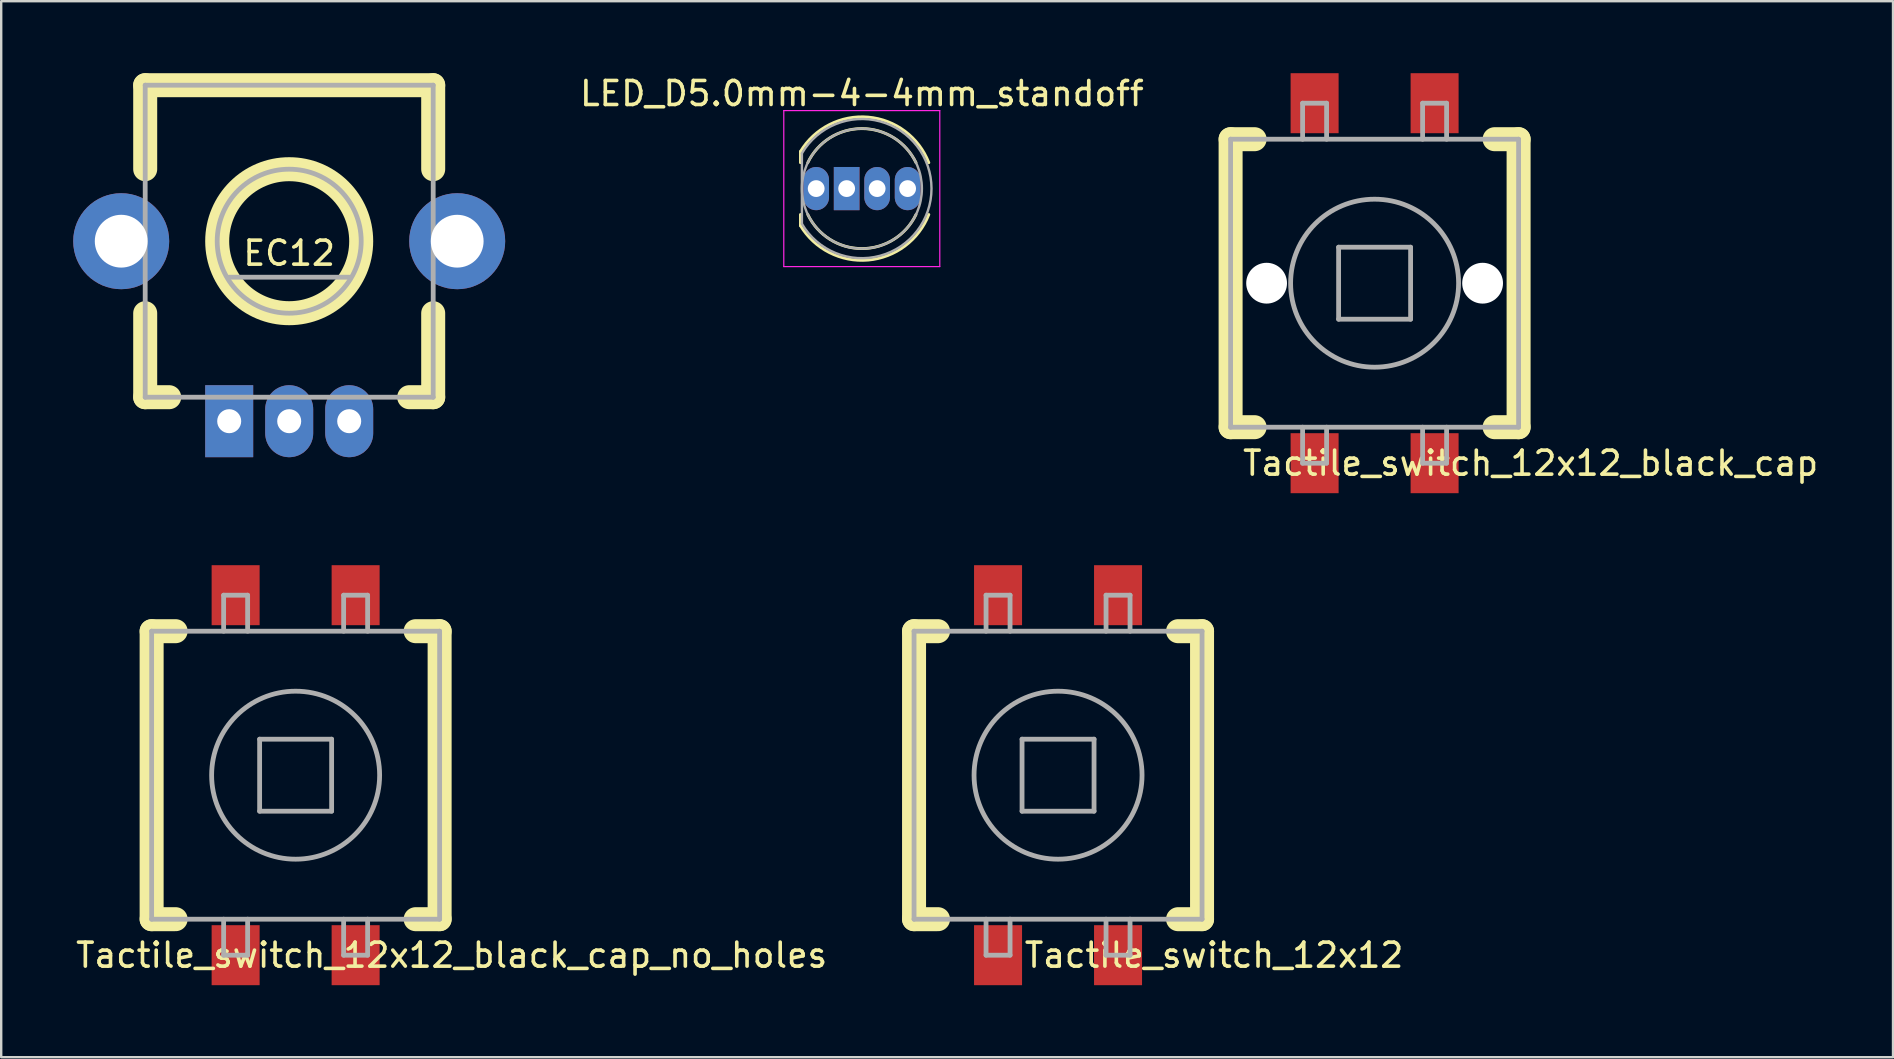
<source format=kicad_pcb>
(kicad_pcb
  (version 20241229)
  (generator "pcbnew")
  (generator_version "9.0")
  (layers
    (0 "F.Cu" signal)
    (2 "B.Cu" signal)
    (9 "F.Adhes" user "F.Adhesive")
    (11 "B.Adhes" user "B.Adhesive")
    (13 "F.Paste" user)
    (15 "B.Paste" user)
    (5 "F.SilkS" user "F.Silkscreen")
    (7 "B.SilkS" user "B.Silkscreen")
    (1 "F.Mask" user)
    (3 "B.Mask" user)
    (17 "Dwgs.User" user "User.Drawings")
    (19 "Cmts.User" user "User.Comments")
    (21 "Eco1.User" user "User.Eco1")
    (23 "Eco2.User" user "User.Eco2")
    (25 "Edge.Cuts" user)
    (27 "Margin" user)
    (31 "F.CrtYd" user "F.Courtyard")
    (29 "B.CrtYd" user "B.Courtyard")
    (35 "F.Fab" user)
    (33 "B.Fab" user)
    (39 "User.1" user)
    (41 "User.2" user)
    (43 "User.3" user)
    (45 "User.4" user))
  (footprint "Tactile_switch_12x12_black_cap_no_holes"
    (layer "F.Cu")
    (at 9.268 29.25)
    (property "Reference" "Tactile_switch_12x12_black_cap_no_holes" (at 6.5 7.5 0) (layer "F.SilkS") (effects (font (size 1 1) (thickness 0.15))))
    (attr through_hole)
    (fp_line (start -6 -6) (end -6 6) (stroke (width 1) (type solid)) (layer "F.SilkS"))
    (fp_line (start -6 -6) (end -5 -6) (stroke (width 1) (type solid)) (layer "F.SilkS"))
    (fp_line (start -6 6) (end -5 6) (stroke (width 1) (type solid)) (layer "F.SilkS"))
    (fp_line (start 5 -6) (end 6 -6) (stroke (width 1) (type solid)) (layer "F.SilkS"))
    (fp_line (start 6 -6) (end 6 6) (stroke (width 1) (type solid)) (layer "F.SilkS"))
    (fp_line (start 6 6) (end 5 6) (stroke (width 1) (type solid)) (layer "F.SilkS"))
    (fp_line (start -6 -6) (end 6 -6) (stroke (width 0.2) (type solid)) (layer "F.Fab"))
    (fp_line (start -6 6) (end -6 -6) (stroke (width 0.2) (type solid)) (layer "F.Fab"))
    (fp_line (start -3 -7.5) (end -2 -7.5) (stroke (width 0.2) (type solid)) (layer "F.Fab"))
    (fp_line (start -3 -6) (end -3 -7.5) (stroke (width 0.2) (type solid)) (layer "F.Fab"))
    (fp_line (start -3 7.5) (end -3 6) (stroke (width 0.2) (type solid)) (layer "F.Fab"))
    (fp_line (start -2 -7.5) (end -2 -6) (stroke (width 0.2) (type solid)) (layer "F.Fab"))
    (fp_line (start -2 6) (end -2 7.5) (stroke (width 0.2) (type solid)) (layer "F.Fab"))
    (fp_line (start -2 7.5) (end -3 7.5) (stroke (width 0.2) (type solid)) (layer "F.Fab"))
    (fp_line (start -1.5 -1.5) (end 1.5 -1.5) (stroke (width 0.2) (type solid)) (layer "F.Fab"))
    (fp_line (start -1.5 1.5) (end -1.5 -1.5) (stroke (width 0.2) (type solid)) (layer "F.Fab"))
    (fp_line (start 1.5 -1.5) (end 1.5 1.5) (stroke (width 0.2) (type solid)) (layer "F.Fab"))
    (fp_line (start 1.5 1.5) (end -1.5 1.5) (stroke (width 0.2) (type solid)) (layer "F.Fab"))
    (fp_line (start 2 -7.5) (end 3 -7.5) (stroke (width 0.2) (type solid)) (layer "F.Fab"))
    (fp_line (start 2 -6) (end 2 -7.5) (stroke (width 0.2) (type solid)) (layer "F.Fab"))
    (fp_line (start 2 7.5) (end 2 6) (stroke (width 0.2) (type solid)) (layer "F.Fab"))
    (fp_line (start 3 -7.5) (end 3 -6) (stroke (width 0.2) (type solid)) (layer "F.Fab"))
    (fp_line (start 3 6) (end 3 7.5) (stroke (width 0.2) (type solid)) (layer "F.Fab"))
    (fp_line (start 3 7.5) (end 2 7.5) (stroke (width 0.2) (type solid)) (layer "F.Fab"))
    (fp_line (start 6 -6) (end 6 6) (stroke (width 0.2) (type solid)) (layer "F.Fab"))
    (fp_line (start 6 6) (end -6 6) (stroke (width 0.2) (type solid)) (layer "F.Fab"))
    (fp_circle (center 0 0) (end 0 -3.5) (stroke (width 0.2) (type solid)) (fill no) (layer "F.Fab"))
    (pad "1" smd rect (at -2.5 7.5) (size 2 2.5) (layers "F.Cu" "F.Mask" "F.Paste"))
    (pad "2" smd rect (at 2.5 7.5) (size 2 2.5) (layers "F.Cu" "F.Mask" "F.Paste"))
    (pad "3" smd rect (at 2.5 -7.5) (size 2 2.5) (layers "F.Cu" "F.Mask" "F.Paste"))
    (pad "4" smd rect (at -2.5 -7.5) (size 2 2.5) (layers "F.Cu" "F.Mask" "F.Paste")))
  (footprint "EC12"
    (layer "F.Cu")
    (at 9 7)
    (property "Reference" "EC12" (at 0 0.5 0) (layer "F.SilkS") (effects (font (size 1 1) (thickness 0.15))))
    (attr through_hole)
    (fp_line (start -6 -6.5) (end 6 -6.5) (stroke (width 1) (type solid)) (layer "F.SilkS"))
    (fp_line (start -6 -3) (end -6 -6.5) (stroke (width 1) (type solid)) (layer "F.SilkS"))
    (fp_line (start -6 3) (end -6 6.5) (stroke (width 1) (type solid)) (layer "F.SilkS"))
    (fp_line (start -6 6.5) (end -5 6.5) (stroke (width 1) (type solid)) (layer "F.SilkS"))
    (fp_line (start 5 6.5) (end 6 6.5) (stroke (width 1) (type solid)) (layer "F.SilkS"))
    (fp_line (start 6 -6.5) (end 6 -3) (stroke (width 1) (type solid)) (layer "F.SilkS"))
    (fp_line (start 6 6.5) (end 6 3) (stroke (width 1) (type solid)) (layer "F.SilkS"))
    (fp_circle (center 0 0) (end 0 -3) (stroke (width 1) (type solid)) (fill no) (layer "F.SilkS"))
    (fp_line (start -6 -6.5) (end 6 -6.5) (stroke (width 0.2) (type solid)) (layer "F.Fab"))
    (fp_line (start -6 6.5) (end -6 -6.5) (stroke (width 0.2) (type solid)) (layer "F.Fab"))
    (fp_line (start -2.5 1.5) (end 2.5 1.5) (stroke (width 0.2) (type solid)) (layer "F.Fab"))
    (fp_line (start 6 -6.5) (end 6 6.5) (stroke (width 0.2) (type solid)) (layer "F.Fab"))
    (fp_line (start 6 6.5) (end -6 6.5) (stroke (width 0.2) (type solid)) (layer "F.Fab"))
    (fp_circle (center 0 0) (end 0 -3) (stroke (width 0.2) (type solid)) (fill no) (layer "F.Fab"))
    (pad "0" thru_hole circle (at -7 0) (size 4 4) (drill 2.2) (layers "*.Cu" "*.Mask"))
    (pad "0" thru_hole circle (at 7 0) (size 4 4) (drill 2.2) (layers "*.Cu" "*.Mask"))
    (pad "1" thru_hole rect (at -2.5 7.5) (size 2 3) (drill 1) (layers "*.Cu" "*.Mask"))
    (pad "2" thru_hole oval (at 0 7.5) (size 2 3) (drill 1) (layers "*.Cu" "*.Mask"))
    (pad "3" thru_hole oval (at 2.5 7.5) (size 2 3) (drill 1) (layers "*.Cu" "*.Mask")))
  (footprint "Tactile_switch_12x12"
    (layer "F.Cu")
    (at 41.036 29.25)
    (property "Reference" "Tactile_switch_12x12" (at 6.5 7.5 0) (layer "F.SilkS") (effects (font (size 1 1) (thickness 0.15))))
    (attr through_hole)
    (fp_line (start -6 -6) (end -6 6) (stroke (width 1) (type solid)) (layer "F.SilkS"))
    (fp_line (start -6 -6) (end -5 -6) (stroke (width 1) (type solid)) (layer "F.SilkS"))
    (fp_line (start -6 6) (end -5 6) (stroke (width 1) (type solid)) (layer "F.SilkS"))
    (fp_line (start 5 -6) (end 6 -6) (stroke (width 1) (type solid)) (layer "F.SilkS"))
    (fp_line (start 6 -6) (end 6 6) (stroke (width 1) (type solid)) (layer "F.SilkS"))
    (fp_line (start 6 6) (end 5 6) (stroke (width 1) (type solid)) (layer "F.SilkS"))
    (fp_line (start -6 -6) (end 6 -6) (stroke (width 0.2) (type solid)) (layer "F.Fab"))
    (fp_line (start -6 6) (end -6 -6) (stroke (width 0.2) (type solid)) (layer "F.Fab"))
    (fp_line (start -3 -7.5) (end -2 -7.5) (stroke (width 0.2) (type solid)) (layer "F.Fab"))
    (fp_line (start -3 -6) (end -3 -7.5) (stroke (width 0.2) (type solid)) (layer "F.Fab"))
    (fp_line (start -3 7.5) (end -3 6) (stroke (width 0.2) (type solid)) (layer "F.Fab"))
    (fp_line (start -2 -7.5) (end -2 -6) (stroke (width 0.2) (type solid)) (layer "F.Fab"))
    (fp_line (start -2 6) (end -2 7.5) (stroke (width 0.2) (type solid)) (layer "F.Fab"))
    (fp_line (start -2 7.5) (end -3 7.5) (stroke (width 0.2) (type solid)) (layer "F.Fab"))
    (fp_line (start -1.5 -1.5) (end 1.5 -1.5) (stroke (width 0.2) (type solid)) (layer "F.Fab"))
    (fp_line (start -1.5 1.5) (end -1.5 -1.5) (stroke (width 0.2) (type solid)) (layer "F.Fab"))
    (fp_line (start 1.5 -1.5) (end 1.5 1.5) (stroke (width 0.2) (type solid)) (layer "F.Fab"))
    (fp_line (start 1.5 1.5) (end -1.5 1.5) (stroke (width 0.2) (type solid)) (layer "F.Fab"))
    (fp_line (start 2 -7.5) (end 3 -7.5) (stroke (width 0.2) (type solid)) (layer "F.Fab"))
    (fp_line (start 2 -6) (end 2 -7.5) (stroke (width 0.2) (type solid)) (layer "F.Fab"))
    (fp_line (start 2 7.5) (end 2 6) (stroke (width 0.2) (type solid)) (layer "F.Fab"))
    (fp_line (start 3 -7.5) (end 3 -6) (stroke (width 0.2) (type solid)) (layer "F.Fab"))
    (fp_line (start 3 6) (end 3 7.5) (stroke (width 0.2) (type solid)) (layer "F.Fab"))
    (fp_line (start 3 7.5) (end 2 7.5) (stroke (width 0.2) (type solid)) (layer "F.Fab"))
    (fp_line (start 6 -6) (end 6 6) (stroke (width 0.2) (type solid)) (layer "F.Fab"))
    (fp_line (start 6 6) (end -6 6) (stroke (width 0.2) (type solid)) (layer "F.Fab"))
    (fp_circle (center 0 0) (end 0 -3.5) (stroke (width 0.2) (type solid)) (fill no) (layer "F.Fab"))
    (pad "1" smd rect (at -2.5 7.5) (size 2 2.5) (layers "F.Cu" "F.Mask" "F.Paste"))
    (pad "2" smd rect (at 2.5 7.5) (size 2 2.5) (layers "F.Cu" "F.Mask" "F.Paste"))
    (pad "3" smd rect (at 2.5 -7.5) (size 2 2.5) (layers "F.Cu" "F.Mask" "F.Paste"))
    (pad "4" smd rect (at -2.5 -7.5) (size 2 2.5) (layers "F.Cu" "F.Mask" "F.Paste")))
  (footprint "LED_D5.0mm-4-4mm_standoff"
    (layer "F.Cu")
    (at 32.863 4.808)
    (property "Reference" "LED_D5.0mm-4-4mm_standoff" (at 0 -3.96 0) (layer "F.SilkS") (effects (font (size 1 1) (thickness 0.15))))
    (attr through_hole)
    (fp_line (start -2.56 -1.545) (end -2.56 -1.08) (stroke (width 0.12) (type solid)) (layer "F.SilkS"))
    (fp_line (start -2.56 1.08) (end -2.56 1.545) (stroke (width 0.12) (type solid)) (layer "F.SilkS"))
    (fp_arc (start -2.56 -1.54483) (mid 0.258456 -2.978809) (end 2.787815 -1.080827) (stroke (width 0.12) (type solid)) (layer "F.SilkS"))
    (fp_arc (start -2.254684 -1.08) (mid -0.000238 -2.5) (end 2.254479 -1.080429) (stroke (width 0.12) (type solid)) (layer "F.SilkS"))
    (fp_arc (start 2.254479 1.080429) (mid -0.000238 2.5) (end -2.254684 1.08) (stroke (width 0.12) (type solid)) (layer "F.SilkS"))
    (fp_arc (start 2.787815 1.080827) (mid 0.258456 2.978808) (end -2.56 1.54483) (stroke (width 0.12) (type solid)) (layer "F.SilkS"))
    (fp_line (start -3.255 -3.25) (end -3.255 3.25) (stroke (width 0.05) (type solid)) (layer "F.CrtYd"))
    (fp_line (start -3.255 3.25) (end 3.245 3.25) (stroke (width 0.05) (type solid)) (layer "F.CrtYd"))
    (fp_line (start 3.245 -3.25) (end -3.255 -3.25) (stroke (width 0.05) (type solid)) (layer "F.CrtYd"))
    (fp_line (start 3.245 3.25) (end 3.245 -3.25) (stroke (width 0.05) (type solid)) (layer "F.CrtYd"))
    (fp_line (start -2.5 -1.47) (end -2.5 1.47) (stroke (width 0.1) (type solid)) (layer "F.Fab"))
    (fp_arc (start -2.5 -1.469694) (mid 2.9 0.000016) (end -2.500016 1.469666) (stroke (width 0.1) (type solid)) (layer "F.Fab"))
    (fp_circle (center 0 0) (end 2.5 0) (stroke (width 0.1) (type solid)) (fill no) (layer "F.Fab"))
    (pad "1" thru_hole oval (at -1.905 0) (size 1.07 1.8) (drill 0.7) (layers "*.Cu" "*.Mask"))
    (pad "2" thru_hole rect (at -0.635 0) (size 1.07 1.8) (drill 0.7) (layers "*.Cu" "*.Mask"))
    (pad "3" thru_hole oval (at 0.635 0) (size 1.07 1.8) (drill 0.7) (layers "*.Cu" "*.Mask"))
    (pad "4" thru_hole oval (at 1.905 0) (size 1.07 1.8) (drill 0.7) (layers "*.Cu" "*.Mask")))
  (footprint "Tactile_switch_12x12_black_cap"
    (layer "F.Cu")
    (at 54.226 8.75)
    (property "Reference" "Tactile_switch_12x12_black_cap" (at 6.5 7.5 0) (layer "F.SilkS") (effects (font (size 1 1) (thickness 0.15))))
    (attr through_hole)
    (fp_line (start -6 -6) (end -6 6) (stroke (width 1) (type solid)) (layer "F.SilkS"))
    (fp_line (start -6 -6) (end -5 -6) (stroke (width 1) (type solid)) (layer "F.SilkS"))
    (fp_line (start -6 6) (end -5 6) (stroke (width 1) (type solid)) (layer "F.SilkS"))
    (fp_line (start 5 -6) (end 6 -6) (stroke (width 1) (type solid)) (layer "F.SilkS"))
    (fp_line (start 6 -6) (end 6 6) (stroke (width 1) (type solid)) (layer "F.SilkS"))
    (fp_line (start 6 6) (end 5 6) (stroke (width 1) (type solid)) (layer "F.SilkS"))
    (fp_line (start -6 -6) (end 6 -6) (stroke (width 0.2) (type solid)) (layer "F.Fab"))
    (fp_line (start -6 6) (end -6 -6) (stroke (width 0.2) (type solid)) (layer "F.Fab"))
    (fp_line (start -3 -7.5) (end -2 -7.5) (stroke (width 0.2) (type solid)) (layer "F.Fab"))
    (fp_line (start -3 -6) (end -3 -7.5) (stroke (width 0.2) (type solid)) (layer "F.Fab"))
    (fp_line (start -3 7.5) (end -3 6) (stroke (width 0.2) (type solid)) (layer "F.Fab"))
    (fp_line (start -2 -7.5) (end -2 -6) (stroke (width 0.2) (type solid)) (layer "F.Fab"))
    (fp_line (start -2 6) (end -2 7.5) (stroke (width 0.2) (type solid)) (layer "F.Fab"))
    (fp_line (start -2 7.5) (end -3 7.5) (stroke (width 0.2) (type solid)) (layer "F.Fab"))
    (fp_line (start -1.5 -1.5) (end 1.5 -1.5) (stroke (width 0.2) (type solid)) (layer "F.Fab"))
    (fp_line (start -1.5 1.5) (end -1.5 -1.5) (stroke (width 0.2) (type solid)) (layer "F.Fab"))
    (fp_line (start 1.5 -1.5) (end 1.5 1.5) (stroke (width 0.2) (type solid)) (layer "F.Fab"))
    (fp_line (start 1.5 1.5) (end -1.5 1.5) (stroke (width 0.2) (type solid)) (layer "F.Fab"))
    (fp_line (start 2 -7.5) (end 3 -7.5) (stroke (width 0.2) (type solid)) (layer "F.Fab"))
    (fp_line (start 2 -6) (end 2 -7.5) (stroke (width 0.2) (type solid)) (layer "F.Fab"))
    (fp_line (start 2 7.5) (end 2 6) (stroke (width 0.2) (type solid)) (layer "F.Fab"))
    (fp_line (start 3 -7.5) (end 3 -6) (stroke (width 0.2) (type solid)) (layer "F.Fab"))
    (fp_line (start 3 6) (end 3 7.5) (stroke (width 0.2) (type solid)) (layer "F.Fab"))
    (fp_line (start 3 7.5) (end 2 7.5) (stroke (width 0.2) (type solid)) (layer "F.Fab"))
    (fp_line (start 6 -6) (end 6 6) (stroke (width 0.2) (type solid)) (layer "F.Fab"))
    (fp_line (start 6 6) (end -6 6) (stroke (width 0.2) (type solid)) (layer "F.Fab"))
    (fp_circle (center 0 0) (end 0 -3.5) (stroke (width 0.2) (type solid)) (fill no) (layer "F.Fab"))
    (pad "" np_thru_hole circle (at -4.5 0) (size 1.7 1.7) (drill 1.7) (layers "*.Cu" "*.Mask"))
    (pad "" np_thru_hole circle (at 4.5 0) (size 1.7 1.7) (drill 1.7) (layers "*.Cu" "*.Mask"))
    (pad "1" smd rect (at -2.5 7.5) (size 2 2.5) (layers "F.Cu" "F.Mask" "F.Paste"))
    (pad "2" smd rect (at 2.5 7.5) (size 2 2.5) (layers "F.Cu" "F.Mask" "F.Paste"))
    (pad "3" smd rect (at 2.5 -7.5) (size 2 2.5) (layers "F.Cu" "F.Mask" "F.Paste"))
    (pad "4" smd rect (at -2.5 -7.5) (size 2 2.5) (layers "F.Cu" "F.Mask" "F.Paste")))
  (gr_rect
    (start -3 -3)
    (end 75.827 41)
    (stroke (width 0.1) (type default))
    (fill no)
    (layer "Edge.Cuts")))
</source>
